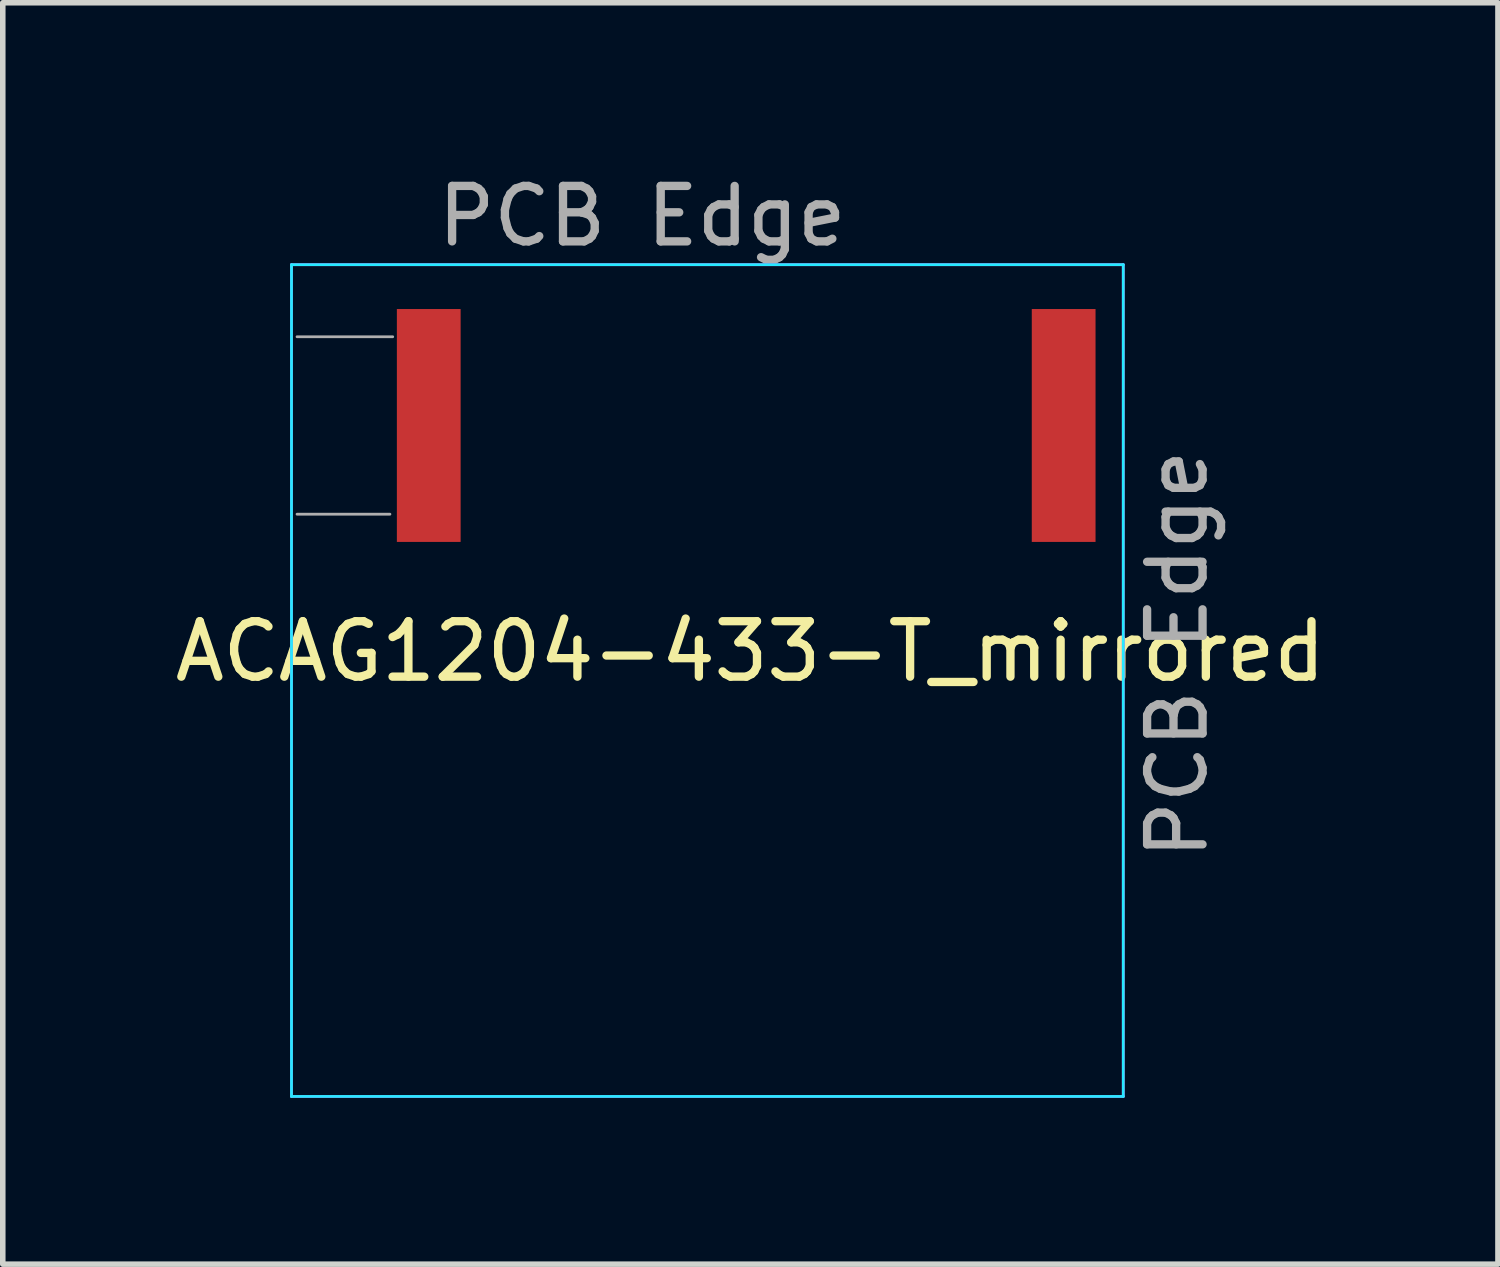
<source format=kicad_pcb>
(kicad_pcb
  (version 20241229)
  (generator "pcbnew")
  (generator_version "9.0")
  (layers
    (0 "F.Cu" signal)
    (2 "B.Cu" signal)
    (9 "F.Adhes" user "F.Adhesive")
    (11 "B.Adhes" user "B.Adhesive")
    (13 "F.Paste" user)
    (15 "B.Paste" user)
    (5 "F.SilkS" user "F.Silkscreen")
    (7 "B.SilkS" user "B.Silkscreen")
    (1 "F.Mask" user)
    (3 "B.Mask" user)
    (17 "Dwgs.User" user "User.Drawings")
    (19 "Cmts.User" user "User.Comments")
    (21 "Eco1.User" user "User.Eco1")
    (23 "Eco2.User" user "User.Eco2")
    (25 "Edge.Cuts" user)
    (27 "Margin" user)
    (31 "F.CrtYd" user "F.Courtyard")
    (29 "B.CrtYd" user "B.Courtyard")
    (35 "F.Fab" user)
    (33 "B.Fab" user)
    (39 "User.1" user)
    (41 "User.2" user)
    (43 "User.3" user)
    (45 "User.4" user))
  (footprint "ACAG1204-433-T_mirrored"
    (layer "F.Cu")
    (at 17.207 1.723)
    (property "Reference" "ACAG1204-433-T_mirrored" (at -6.725 6.975 0) (layer "F.SilkS") (effects (font (size 1 1) (thickness 0.15))))
    (attr through_hole)
    (fp_line (start -15 0) (end 0 0) (stroke (width 0.05) (type solid)) (layer "B.CrtYd"))
    (fp_line (start -15 15) (end -15 0) (stroke (width 0.05) (type solid)) (layer "B.CrtYd"))
    (fp_line (start 0 0) (end 0 15) (stroke (width 0.05) (type solid)) (layer "B.CrtYd"))
    (fp_line (start 0 15) (end -15 15) (stroke (width 0.05) (type solid)) (layer "B.CrtYd"))
    (fp_line (start -15 0) (end -15 15) (stroke (width 0.05) (type solid)) (layer "F.CrtYd"))
    (fp_line (start -15 15) (end 0 15) (stroke (width 0.05) (type solid)) (layer "F.CrtYd"))
    (fp_line (start 0 0) (end -15 0) (stroke (width 0.05) (type solid)) (layer "F.CrtYd"))
    (fp_line (start 0 15) (end 0 0) (stroke (width 0.05) (type solid)) (layer "F.CrtYd"))
    (fp_line (start -14.9 1.3) (end -13.175 1.3) (stroke (width 0.05) (type solid)) (layer "F.Fab"))
    (fp_line (start -14.9 4.5) (end -13.225 4.5) (stroke (width 0.05) (type solid)) (layer "F.Fab"))
    (fp_text user "PCB Edge" (at -8.675 -0.875 0) (layer "F.Fab") (effects (font (size 1 1) (thickness 0.15))))
    (fp_text user "PCB Edge" (at 0.975 7.025 270) (layer "F.Fab") (effects (font (size 1 1) (thickness 0.15))))
    (pad "1" smd rect (at -11.95 0.8) (size 1.15 4.2) (drill (offset -0.575 2.1)) (layers "F.Cu" "F.Mask" "F.Paste"))
    (pad "2" smd rect (at -0.5 0.8) (size 1.15 4.2) (drill (offset -0.575 2.1)) (layers "F.Cu" "F.Mask" "F.Paste")))
  (gr_rect
    (start -3 -3)
    (end 23.964 19.748)
    (stroke (width 0.1) (type default))
    (fill no)
    (layer "Edge.Cuts")))
</source>
